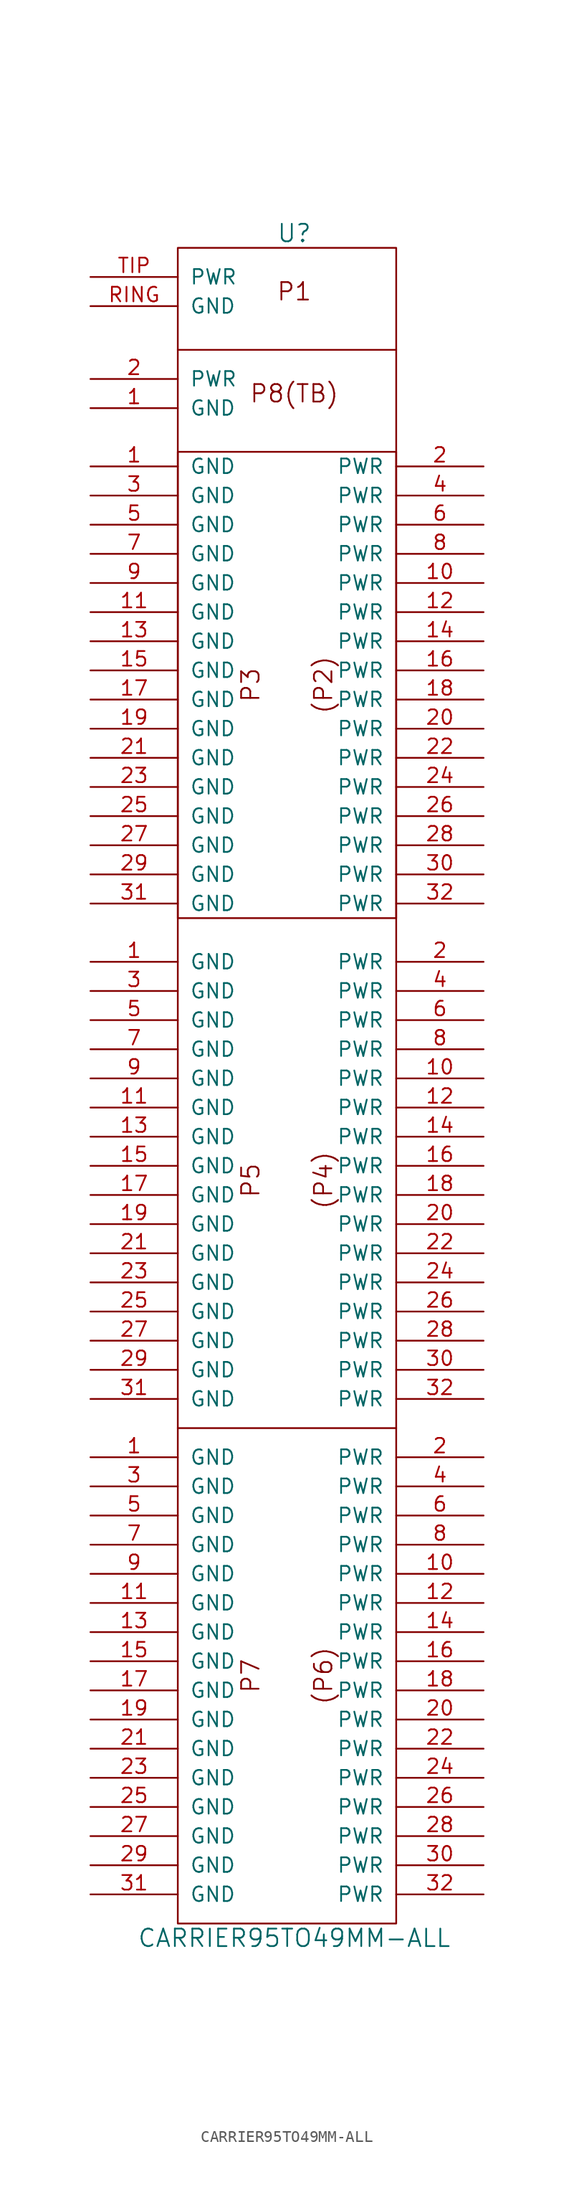
<source format=kicad_sym>
(kicad_symbol_lib
  (version 20220914)
  (generator kicad_symbol_editor)
  (symbol "CARRIER95TO49MM-ALL"
    (pin_names
      (offset 1.016))
    (property "Reference" "U"
      (at 0 80.01 0)
      (effects (font (size 1.524 1.524))))
    (property "Value" "CARRIER95TO49MM-ALL"
      (at 0 -68.58 0)
      (effects (font (size 1.524 1.524))))
    (property "Footprint" ""
      (at 2.54 -39.37 0)
      (effects (font (size 1.524 1.524))))
    (property "Datasheet" ""
      (at 2.54 -39.37 0)
      (effects (font (size 1.524 1.524))))
    (symbol "CARRIER95TO49MM-ALL_0_0"
      (rectangle (start -10.16 -24.13) (end 8.89 -24.13) (stroke (width 0) (type default)) (fill (type none)))
      (rectangle (start -10.16 60.96) (end 8.89 20.32) (stroke (width 0) (type default)) (fill (type none)))
      (rectangle (start -10.16 69.85) (end 8.89 69.85) (stroke (width 0) (type default)) (fill (type none)))
      (text "(P2)" (at 2.54 40.64 900) (effects (font (size 1.524 1.524))))
      (text "(P4)" (at 2.54 -2.54 900) (effects (font (size 1.524 1.524))))
      (text "(P6)" (at 2.54 -45.72 900) (effects (font (size 1.524 1.524))))
      (text "P1" (at 0 74.93 0) (effects (font (size 1.524 1.524))))
      (text "P3" (at -3.81 40.64 900) (effects (font (size 1.524 1.524))))
      (text "P5" (at -3.81 -2.54 900) (effects (font (size 1.524 1.524))))
      (text "P7" (at -3.81 -45.72 900) (effects (font (size 1.524 1.524))))
      (text "P8(TB)" (at 0 66.04 0) (effects (font (size 1.524 1.524)))))
    (symbol "CARRIER95TO49MM-ALL_0_1"
      (rectangle (start -10.16 -67.31) (end 8.89 78.74) (stroke (width 0) (type default)) (fill (type none))))
    (symbol "CARRIER95TO49MM-ALL_1_1"
      (pin input line (at -17.78 -26.67 0) (length 7.62) (name "GND" (effects (font (size 1.27 1.27)))) (number "1" (effects (font (size 1.27 1.27)))))
      (pin input line (at -17.78 16.51 0) (length 7.62) (name "GND" (effects (font (size 1.27 1.27)))) (number "1" (effects (font (size 1.27 1.27)))))
      (pin input line (at -17.78 59.69 0) (length 7.62) (name "GND" (effects (font (size 1.27 1.27)))) (number "1" (effects (font (size 1.27 1.27)))))
      (pin input line (at -17.78 64.77 0) (length 7.62) (name "GND" (effects (font (size 1.27 1.27)))) (number "1" (effects (font (size 1.27 1.27)))))
      (pin power_in line (at 16.51 -36.83 180) (length 7.62) (name "PWR" (effects (font (size 1.27 1.27)))) (number "10" (effects (font (size 1.27 1.27)))))
      (pin power_in line (at 16.51 6.35 180) (length 7.62) (name "PWR" (effects (font (size 1.27 1.27)))) (number "10" (effects (font (size 1.27 1.27)))))
      (pin power_in line (at 16.51 49.53 180) (length 7.62) (name "PWR" (effects (font (size 1.27 1.27)))) (number "10" (effects (font (size 1.27 1.27)))))
      (pin input line (at -17.78 -39.37 0) (length 7.62) (name "GND" (effects (font (size 1.27 1.27)))) (number "11" (effects (font (size 1.27 1.27)))))
      (pin input line (at -17.78 3.81 0) (length 7.62) (name "GND" (effects (font (size 1.27 1.27)))) (number "11" (effects (font (size 1.27 1.27)))))
      (pin input line (at -17.78 46.99 0) (length 7.62) (name "GND" (effects (font (size 1.27 1.27)))) (number "11" (effects (font (size 1.27 1.27)))))
      (pin power_in line (at 16.51 -39.37 180) (length 7.62) (name "PWR" (effects (font (size 1.27 1.27)))) (number "12" (effects (font (size 1.27 1.27)))))
      (pin power_in line (at 16.51 3.81 180) (length 7.62) (name "PWR" (effects (font (size 1.27 1.27)))) (number "12" (effects (font (size 1.27 1.27)))))
      (pin power_in line (at 16.51 46.99 180) (length 7.62) (name "PWR" (effects (font (size 1.27 1.27)))) (number "12" (effects (font (size 1.27 1.27)))))
      (pin input line (at -17.78 -41.91 0) (length 7.62) (name "GND" (effects (font (size 1.27 1.27)))) (number "13" (effects (font (size 1.27 1.27)))))
      (pin input line (at -17.78 1.27 0) (length 7.62) (name "GND" (effects (font (size 1.27 1.27)))) (number "13" (effects (font (size 1.27 1.27)))))
      (pin input line (at -17.78 44.45 0) (length 7.62) (name "GND" (effects (font (size 1.27 1.27)))) (number "13" (effects (font (size 1.27 1.27)))))
      (pin power_in line (at 16.51 -41.91 180) (length 7.62) (name "PWR" (effects (font (size 1.27 1.27)))) (number "14" (effects (font (size 1.27 1.27)))))
      (pin power_in line (at 16.51 1.27 180) (length 7.62) (name "PWR" (effects (font (size 1.27 1.27)))) (number "14" (effects (font (size 1.27 1.27)))))
      (pin power_in line (at 16.51 44.45 180) (length 7.62) (name "PWR" (effects (font (size 1.27 1.27)))) (number "14" (effects (font (size 1.27 1.27)))))
      (pin input line (at -17.78 -44.45 0) (length 7.62) (name "GND" (effects (font (size 1.27 1.27)))) (number "15" (effects (font (size 1.27 1.27)))))
      (pin input line (at -17.78 -1.27 0) (length 7.62) (name "GND" (effects (font (size 1.27 1.27)))) (number "15" (effects (font (size 1.27 1.27)))))
      (pin input line (at -17.78 41.91 0) (length 7.62) (name "GND" (effects (font (size 1.27 1.27)))) (number "15" (effects (font (size 1.27 1.27)))))
      (pin power_in line (at 16.51 -44.45 180) (length 7.62) (name "PWR" (effects (font (size 1.27 1.27)))) (number "16" (effects (font (size 1.27 1.27)))))
      (pin power_in line (at 16.51 -1.27 180) (length 7.62) (name "PWR" (effects (font (size 1.27 1.27)))) (number "16" (effects (font (size 1.27 1.27)))))
      (pin power_in line (at 16.51 41.91 180) (length 7.62) (name "PWR" (effects (font (size 1.27 1.27)))) (number "16" (effects (font (size 1.27 1.27)))))
      (pin input line (at -17.78 -46.99 0) (length 7.62) (name "GND" (effects (font (size 1.27 1.27)))) (number "17" (effects (font (size 1.27 1.27)))))
      (pin input line (at -17.78 -3.81 0) (length 7.62) (name "GND" (effects (font (size 1.27 1.27)))) (number "17" (effects (font (size 1.27 1.27)))))
      (pin input line (at -17.78 39.37 0) (length 7.62) (name "GND" (effects (font (size 1.27 1.27)))) (number "17" (effects (font (size 1.27 1.27)))))
      (pin power_in line (at 16.51 -46.99 180) (length 7.62) (name "PWR" (effects (font (size 1.27 1.27)))) (number "18" (effects (font (size 1.27 1.27)))))
      (pin power_in line (at 16.51 -3.81 180) (length 7.62) (name "PWR" (effects (font (size 1.27 1.27)))) (number "18" (effects (font (size 1.27 1.27)))))
      (pin power_in line (at 16.51 39.37 180) (length 7.62) (name "PWR" (effects (font (size 1.27 1.27)))) (number "18" (effects (font (size 1.27 1.27)))))
      (pin input line (at -17.78 -49.53 0) (length 7.62) (name "GND" (effects (font (size 1.27 1.27)))) (number "19" (effects (font (size 1.27 1.27)))))
      (pin input line (at -17.78 -6.35 0) (length 7.62) (name "GND" (effects (font (size 1.27 1.27)))) (number "19" (effects (font (size 1.27 1.27)))))
      (pin input line (at -17.78 36.83 0) (length 7.62) (name "GND" (effects (font (size 1.27 1.27)))) (number "19" (effects (font (size 1.27 1.27)))))
      (pin power_in line (at -17.78 67.31 0) (length 7.62) (name "PWR" (effects (font (size 1.27 1.27)))) (number "2" (effects (font (size 1.27 1.27)))))
      (pin power_in line (at 16.51 -26.67 180) (length 7.62) (name "PWR" (effects (font (size 1.27 1.27)))) (number "2" (effects (font (size 1.27 1.27)))))
      (pin power_in line (at 16.51 16.51 180) (length 7.62) (name "PWR" (effects (font (size 1.27 1.27)))) (number "2" (effects (font (size 1.27 1.27)))))
      (pin power_in line (at 16.51 59.69 180) (length 7.62) (name "PWR" (effects (font (size 1.27 1.27)))) (number "2" (effects (font (size 1.27 1.27)))))
      (pin power_in line (at 16.51 -49.53 180) (length 7.62) (name "PWR" (effects (font (size 1.27 1.27)))) (number "20" (effects (font (size 1.27 1.27)))))
      (pin power_in line (at 16.51 -6.35 180) (length 7.62) (name "PWR" (effects (font (size 1.27 1.27)))) (number "20" (effects (font (size 1.27 1.27)))))
      (pin power_in line (at 16.51 36.83 180) (length 7.62) (name "PWR" (effects (font (size 1.27 1.27)))) (number "20" (effects (font (size 1.27 1.27)))))
      (pin input line (at -17.78 -52.07 0) (length 7.62) (name "GND" (effects (font (size 1.27 1.27)))) (number "21" (effects (font (size 1.27 1.27)))))
      (pin input line (at -17.78 -8.89 0) (length 7.62) (name "GND" (effects (font (size 1.27 1.27)))) (number "21" (effects (font (size 1.27 1.27)))))
      (pin input line (at -17.78 34.29 0) (length 7.62) (name "GND" (effects (font (size 1.27 1.27)))) (number "21" (effects (font (size 1.27 1.27)))))
      (pin power_in line (at 16.51 -52.07 180) (length 7.62) (name "PWR" (effects (font (size 1.27 1.27)))) (number "22" (effects (font (size 1.27 1.27)))))
      (pin power_in line (at 16.51 -8.89 180) (length 7.62) (name "PWR" (effects (font (size 1.27 1.27)))) (number "22" (effects (font (size 1.27 1.27)))))
      (pin power_in line (at 16.51 34.29 180) (length 7.62) (name "PWR" (effects (font (size 1.27 1.27)))) (number "22" (effects (font (size 1.27 1.27)))))
      (pin input line (at -17.78 -54.61 0) (length 7.62) (name "GND" (effects (font (size 1.27 1.27)))) (number "23" (effects (font (size 1.27 1.27)))))
      (pin input line (at -17.78 -11.43 0) (length 7.62) (name "GND" (effects (font (size 1.27 1.27)))) (number "23" (effects (font (size 1.27 1.27)))))
      (pin input line (at -17.78 31.75 0) (length 7.62) (name "GND" (effects (font (size 1.27 1.27)))) (number "23" (effects (font (size 1.27 1.27)))))
      (pin power_in line (at 16.51 -54.61 180) (length 7.62) (name "PWR" (effects (font (size 1.27 1.27)))) (number "24" (effects (font (size 1.27 1.27)))))
      (pin power_in line (at 16.51 -11.43 180) (length 7.62) (name "PWR" (effects (font (size 1.27 1.27)))) (number "24" (effects (font (size 1.27 1.27)))))
      (pin power_in line (at 16.51 31.75 180) (length 7.62) (name "PWR" (effects (font (size 1.27 1.27)))) (number "24" (effects (font (size 1.27 1.27)))))
      (pin input line (at -17.78 -57.15 0) (length 7.62) (name "GND" (effects (font (size 1.27 1.27)))) (number "25" (effects (font (size 1.27 1.27)))))
      (pin input line (at -17.78 -13.97 0) (length 7.62) (name "GND" (effects (font (size 1.27 1.27)))) (number "25" (effects (font (size 1.27 1.27)))))
      (pin input line (at -17.78 29.21 0) (length 7.62) (name "GND" (effects (font (size 1.27 1.27)))) (number "25" (effects (font (size 1.27 1.27)))))
      (pin power_in line (at 16.51 -57.15 180) (length 7.62) (name "PWR" (effects (font (size 1.27 1.27)))) (number "26" (effects (font (size 1.27 1.27)))))
      (pin power_in line (at 16.51 -13.97 180) (length 7.62) (name "PWR" (effects (font (size 1.27 1.27)))) (number "26" (effects (font (size 1.27 1.27)))))
      (pin power_in line (at 16.51 29.21 180) (length 7.62) (name "PWR" (effects (font (size 1.27 1.27)))) (number "26" (effects (font (size 1.27 1.27)))))
      (pin input line (at -17.78 -59.69 0) (length 7.62) (name "GND" (effects (font (size 1.27 1.27)))) (number "27" (effects (font (size 1.27 1.27)))))
      (pin input line (at -17.78 -16.51 0) (length 7.62) (name "GND" (effects (font (size 1.27 1.27)))) (number "27" (effects (font (size 1.27 1.27)))))
      (pin input line (at -17.78 26.67 0) (length 7.62) (name "GND" (effects (font (size 1.27 1.27)))) (number "27" (effects (font (size 1.27 1.27)))))
      (pin power_in line (at 16.51 -59.69 180) (length 7.62) (name "PWR" (effects (font (size 1.27 1.27)))) (number "28" (effects (font (size 1.27 1.27)))))
      (pin power_in line (at 16.51 -16.51 180) (length 7.62) (name "PWR" (effects (font (size 1.27 1.27)))) (number "28" (effects (font (size 1.27 1.27)))))
      (pin power_in line (at 16.51 26.67 180) (length 7.62) (name "PWR" (effects (font (size 1.27 1.27)))) (number "28" (effects (font (size 1.27 1.27)))))
      (pin input line (at -17.78 -62.23 0) (length 7.62) (name "GND" (effects (font (size 1.27 1.27)))) (number "29" (effects (font (size 1.27 1.27)))))
      (pin input line (at -17.78 -19.05 0) (length 7.62) (name "GND" (effects (font (size 1.27 1.27)))) (number "29" (effects (font (size 1.27 1.27)))))
      (pin input line (at -17.78 24.13 0) (length 7.62) (name "GND" (effects (font (size 1.27 1.27)))) (number "29" (effects (font (size 1.27 1.27)))))
      (pin input line (at -17.78 -29.21 0) (length 7.62) (name "GND" (effects (font (size 1.27 1.27)))) (number "3" (effects (font (size 1.27 1.27)))))
      (pin input line (at -17.78 13.97 0) (length 7.62) (name "GND" (effects (font (size 1.27 1.27)))) (number "3" (effects (font (size 1.27 1.27)))))
      (pin input line (at -17.78 57.15 0) (length 7.62) (name "GND" (effects (font (size 1.27 1.27)))) (number "3" (effects (font (size 1.27 1.27)))))
      (pin power_in line (at 16.51 -62.23 180) (length 7.62) (name "PWR" (effects (font (size 1.27 1.27)))) (number "30" (effects (font (size 1.27 1.27)))))
      (pin power_in line (at 16.51 -19.05 180) (length 7.62) (name "PWR" (effects (font (size 1.27 1.27)))) (number "30" (effects (font (size 1.27 1.27)))))
      (pin power_in line (at 16.51 24.13 180) (length 7.62) (name "PWR" (effects (font (size 1.27 1.27)))) (number "30" (effects (font (size 1.27 1.27)))))
      (pin input line (at -17.78 -64.77 0) (length 7.62) (name "GND" (effects (font (size 1.27 1.27)))) (number "31" (effects (font (size 1.27 1.27)))))
      (pin input line (at -17.78 -21.59 0) (length 7.62) (name "GND" (effects (font (size 1.27 1.27)))) (number "31" (effects (font (size 1.27 1.27)))))
      (pin input line (at -17.78 21.59 0) (length 7.62) (name "GND" (effects (font (size 1.27 1.27)))) (number "31" (effects (font (size 1.27 1.27)))))
      (pin power_in line (at 16.51 -64.77 180) (length 7.62) (name "PWR" (effects (font (size 1.27 1.27)))) (number "32" (effects (font (size 1.27 1.27)))))
      (pin power_in line (at 16.51 -21.59 180) (length 7.62) (name "PWR" (effects (font (size 1.27 1.27)))) (number "32" (effects (font (size 1.27 1.27)))))
      (pin power_in line (at 16.51 21.59 180) (length 7.62) (name "PWR" (effects (font (size 1.27 1.27)))) (number "32" (effects (font (size 1.27 1.27)))))
      (pin power_in line (at 16.51 -29.21 180) (length 7.62) (name "PWR" (effects (font (size 1.27 1.27)))) (number "4" (effects (font (size 1.27 1.27)))))
      (pin power_in line (at 16.51 13.97 180) (length 7.62) (name "PWR" (effects (font (size 1.27 1.27)))) (number "4" (effects (font (size 1.27 1.27)))))
      (pin power_in line (at 16.51 57.15 180) (length 7.62) (name "PWR" (effects (font (size 1.27 1.27)))) (number "4" (effects (font (size 1.27 1.27)))))
      (pin input line (at -17.78 -31.75 0) (length 7.62) (name "GND" (effects (font (size 1.27 1.27)))) (number "5" (effects (font (size 1.27 1.27)))))
      (pin input line (at -17.78 11.43 0) (length 7.62) (name "GND" (effects (font (size 1.27 1.27)))) (number "5" (effects (font (size 1.27 1.27)))))
      (pin input line (at -17.78 54.61 0) (length 7.62) (name "GND" (effects (font (size 1.27 1.27)))) (number "5" (effects (font (size 1.27 1.27)))))
      (pin power_in line (at 16.51 -31.75 180) (length 7.62) (name "PWR" (effects (font (size 1.27 1.27)))) (number "6" (effects (font (size 1.27 1.27)))))
      (pin power_in line (at 16.51 11.43 180) (length 7.62) (name "PWR" (effects (font (size 1.27 1.27)))) (number "6" (effects (font (size 1.27 1.27)))))
      (pin power_in line (at 16.51 54.61 180) (length 7.62) (name "PWR" (effects (font (size 1.27 1.27)))) (number "6" (effects (font (size 1.27 1.27)))))
      (pin input line (at -17.78 -34.29 0) (length 7.62) (name "GND" (effects (font (size 1.27 1.27)))) (number "7" (effects (font (size 1.27 1.27)))))
      (pin input line (at -17.78 8.89 0) (length 7.62) (name "GND" (effects (font (size 1.27 1.27)))) (number "7" (effects (font (size 1.27 1.27)))))
      (pin input line (at -17.78 52.07 0) (length 7.62) (name "GND" (effects (font (size 1.27 1.27)))) (number "7" (effects (font (size 1.27 1.27)))))
      (pin power_in line (at 16.51 -34.29 180) (length 7.62) (name "PWR" (effects (font (size 1.27 1.27)))) (number "8" (effects (font (size 1.27 1.27)))))
      (pin power_in line (at 16.51 8.89 180) (length 7.62) (name "PWR" (effects (font (size 1.27 1.27)))) (number "8" (effects (font (size 1.27 1.27)))))
      (pin power_in line (at 16.51 52.07 180) (length 7.62) (name "PWR" (effects (font (size 1.27 1.27)))) (number "8" (effects (font (size 1.27 1.27)))))
      (pin input line (at -17.78 -36.83 0) (length 7.62) (name "GND" (effects (font (size 1.27 1.27)))) (number "9" (effects (font (size 1.27 1.27)))))
      (pin input line (at -17.78 6.35 0) (length 7.62) (name "GND" (effects (font (size 1.27 1.27)))) (number "9" (effects (font (size 1.27 1.27)))))
      (pin input line (at -17.78 49.53 0) (length 7.62) (name "GND" (effects (font (size 1.27 1.27)))) (number "9" (effects (font (size 1.27 1.27)))))
      (pin input line (at -17.78 73.66 0) (length 7.62) (name "GND" (effects (font (size 1.27 1.27)))) (number "RING" (effects (font (size 1.27 1.27)))))
      (pin power_in line (at -17.78 76.2 0) (length 7.62) (name "PWR" (effects (font (size 1.27 1.27)))) (number "TIP" (effects (font (size 1.27 1.27))))))))
</source>
